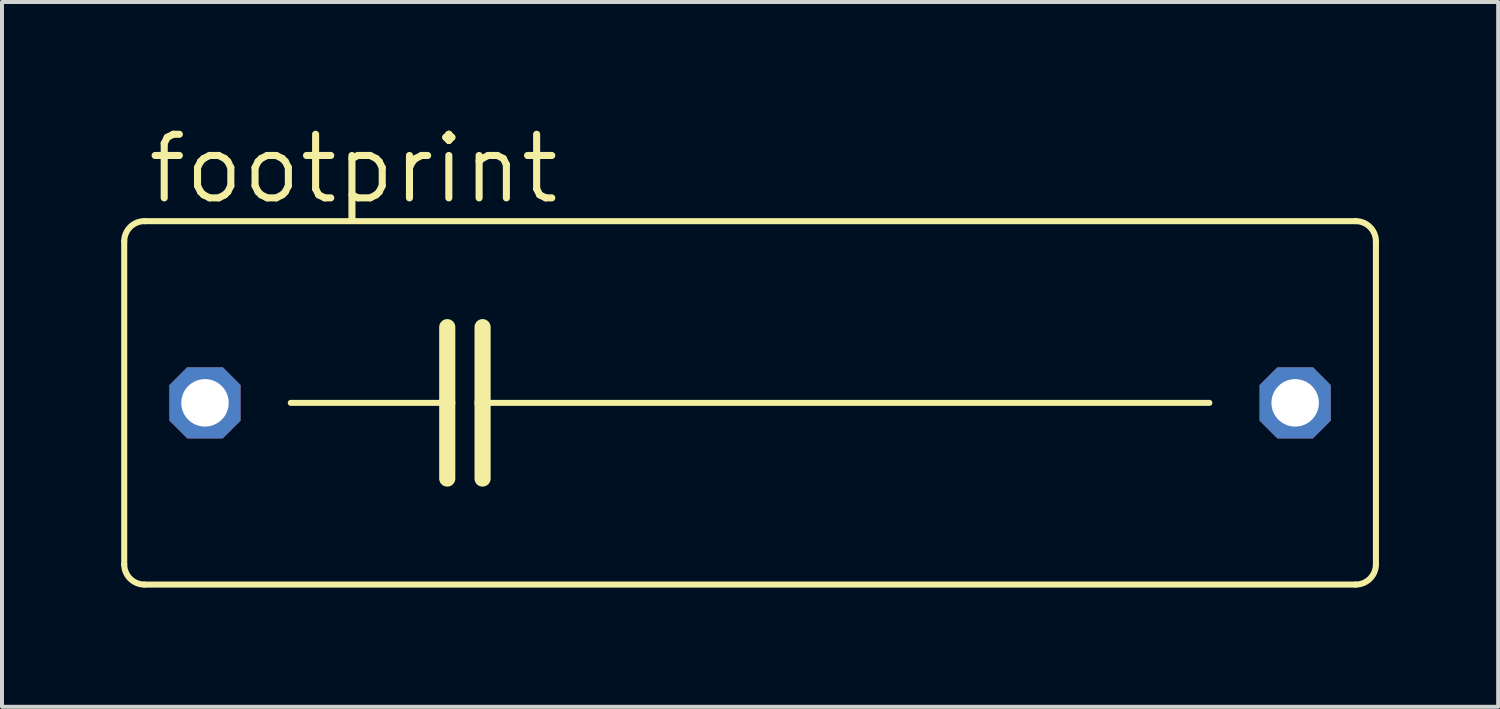
<source format=kicad_pcb>
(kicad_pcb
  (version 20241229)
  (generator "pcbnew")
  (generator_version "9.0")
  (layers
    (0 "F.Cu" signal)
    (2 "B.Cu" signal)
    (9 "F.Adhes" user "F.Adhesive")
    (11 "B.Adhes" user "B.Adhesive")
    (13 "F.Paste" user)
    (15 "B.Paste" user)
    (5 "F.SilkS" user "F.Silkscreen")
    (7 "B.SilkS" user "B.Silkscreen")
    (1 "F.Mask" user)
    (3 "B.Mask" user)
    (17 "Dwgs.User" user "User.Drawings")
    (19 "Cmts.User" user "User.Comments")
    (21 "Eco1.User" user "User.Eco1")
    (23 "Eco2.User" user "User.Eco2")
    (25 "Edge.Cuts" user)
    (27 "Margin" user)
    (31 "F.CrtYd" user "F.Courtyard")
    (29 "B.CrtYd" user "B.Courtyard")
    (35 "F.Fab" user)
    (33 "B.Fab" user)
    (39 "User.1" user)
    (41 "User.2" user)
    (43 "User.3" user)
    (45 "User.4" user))
  (footprint "footprint"
    (layer "F.Cu")
    (at 15.824 7.087)
    (property "Reference" "footprint" (at -15.24 -4.953 0) (layer "F.SilkS") (effects (font (size 1.6 1.6) (thickness 0.178)) (justify left bottom)))
    (fp_line (start -15.748 4.064) (end -15.748 -4.064) (stroke (width 0.152) (type solid)) (layer "F.SilkS"))
    (fp_line (start -15.24 -4.572) (end 15.24 -4.572) (stroke (width 0.152) (type solid)) (layer "F.SilkS"))
    (fp_line (start -11.557 0) (end -7.62 0) (stroke (width 0.152) (type solid)) (layer "F.SilkS"))
    (fp_line (start -7.62 -1.905) (end -7.62 0) (stroke (width 0.406) (type solid)) (layer "F.SilkS"))
    (fp_line (start -7.62 0) (end -7.62 1.905) (stroke (width 0.406) (type solid)) (layer "F.SilkS"))
    (fp_line (start -6.731 -1.905) (end -6.731 0) (stroke (width 0.406) (type solid)) (layer "F.SilkS"))
    (fp_line (start -6.731 0) (end -6.731 1.905) (stroke (width 0.406) (type solid)) (layer "F.SilkS"))
    (fp_line (start -6.731 0) (end 11.557 0) (stroke (width 0.152) (type solid)) (layer "F.SilkS"))
    (fp_line (start 15.24 4.572) (end -15.24 4.572) (stroke (width 0.152) (type solid)) (layer "F.SilkS"))
    (fp_line (start 15.748 -4.064) (end 15.748 4.064) (stroke (width 0.152) (type solid)) (layer "F.SilkS"))
    (fp_arc (start -15.748 -4.064) (mid -15.59921 -4.42321) (end -15.24 -4.572) (stroke (width 0.1524) (type solid)) (layer "F.SilkS"))
    (fp_arc (start -15.24 4.572) (mid -15.59921 4.42321) (end -15.748 4.064) (stroke (width 0.1524) (type solid)) (layer "F.SilkS"))
    (fp_arc (start 15.24 -4.572) (mid 15.59921 -4.42321) (end 15.748 -4.064) (stroke (width 0.1524) (type solid)) (layer "F.SilkS"))
    (fp_arc (start 15.748 4.064) (mid 15.59921 4.42321) (end 15.24 4.572) (stroke (width 0.1524) (type solid)) (layer "F.SilkS"))
    (pad "1" thru_hole roundrect (at -13.716 0) (size 1.791 1.791) (drill 1.194) (layers "*.Cu" "*.Mask") (roundrect_rratio 0.25) (chamfer_ratio 0.25) (chamfer top_left top_right bottom_left bottom_right))
    (pad "2" thru_hole roundrect (at 13.716 0) (size 1.791 1.791) (drill 1.194) (layers "*.Cu" "*.Mask") (roundrect_rratio 0.25) (chamfer_ratio 0.25) (chamfer top_left top_right bottom_left bottom_right)))
  (gr_rect
    (start -3 -3)
    (end 34.648 14.735)
    (stroke (width 0.1) (type default))
    (fill no)
    (layer "Edge.Cuts")))
</source>
